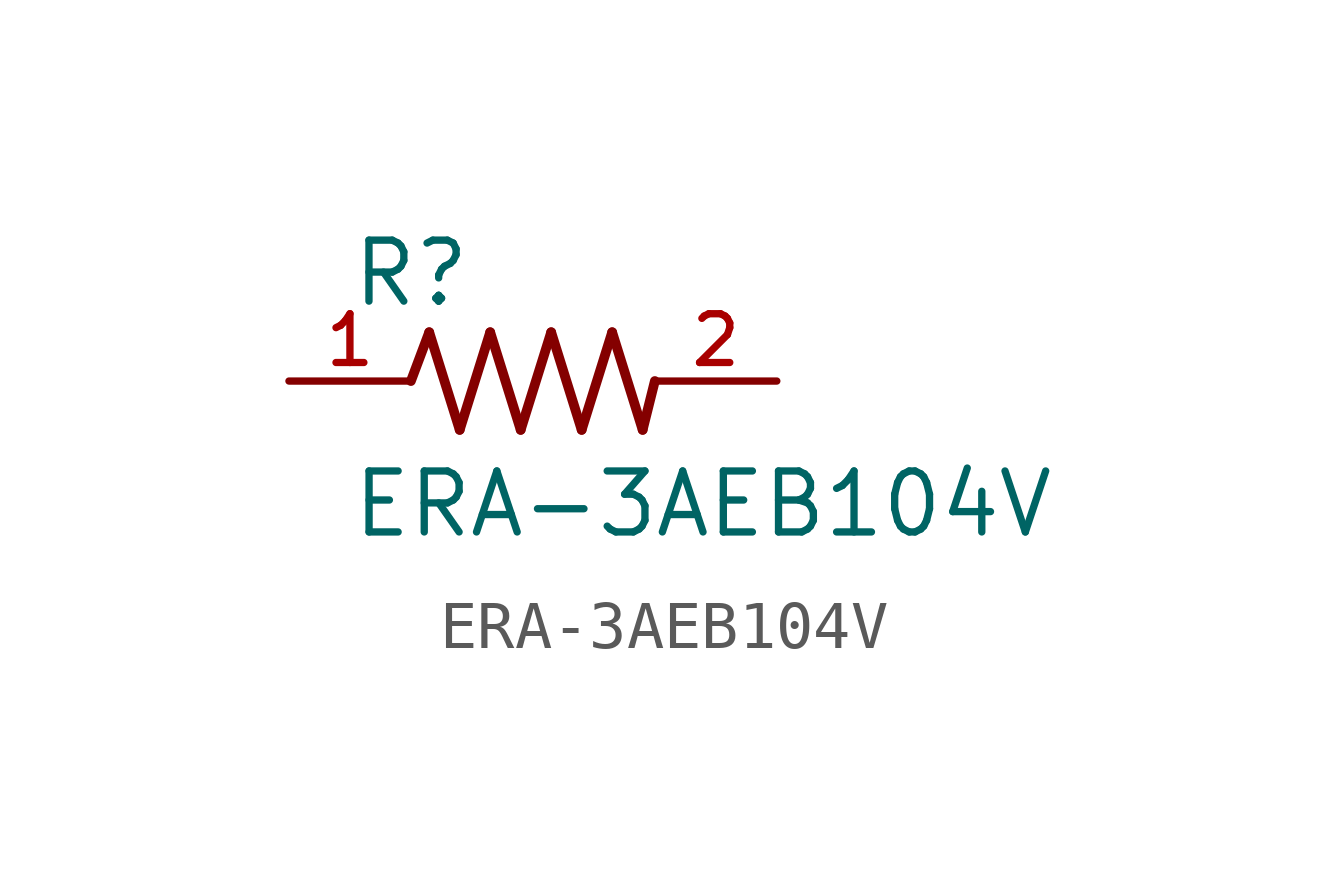
<source format=kicad_sym>
(kicad_symbol_lib
  (version 20211014)
  (generator kicad_symbol_editor)
  (symbol "ERA-3AEB104V"
    (pin_names
      (offset 1.016))
    (property "Reference" "R"
      (at -3.816 1.501 0)
      (effects (font (size 1.27 1.27)) (justify bottom left)))
    (property "Value" "ERA-3AEB104V"
      (at -3.814 -3.306 0)
      (effects (font (size 1.27 1.27)) (justify bottom left)))
    (symbol "ERA-3AEB104V_0_0"
      (polyline (pts (xy -2.54 0.0) (xy -2.159 1.016)) (stroke (width 0.203)))
      (polyline (pts (xy -2.159 1.016) (xy -1.524 -1.016)) (stroke (width 0.203)))
      (polyline (pts (xy -1.524 -1.016) (xy -0.889 1.016)) (stroke (width 0.203)))
      (polyline (pts (xy -0.889 1.016) (xy -0.254 -1.016)) (stroke (width 0.203)))
      (polyline (pts (xy -0.254 -1.016) (xy 0.381 1.016)) (stroke (width 0.203)))
      (polyline (pts (xy 0.381 1.016) (xy 1.016 -1.016)) (stroke (width 0.203)))
      (polyline (pts (xy 1.016 -1.016) (xy 1.651 1.016)) (stroke (width 0.203)))
      (polyline (pts (xy 1.651 1.016) (xy 2.286 -1.016)) (stroke (width 0.203)))
      (polyline (pts (xy 2.286 -1.016) (xy 2.54 0.0)) (stroke (width 0.203)))
      (pin passive line (at 5.08 0.0 180.0) (length 2.54) (name "~" (effects (font (size 1.016 1.016)))) (number "2" (effects (font (size 1.016 1.016)))))
      (pin passive line (at -5.08 0.0 0) (length 2.54) (name "~" (effects (font (size 1.016 1.016)))) (number "1" (effects (font (size 1.016 1.016))))))))
</source>
